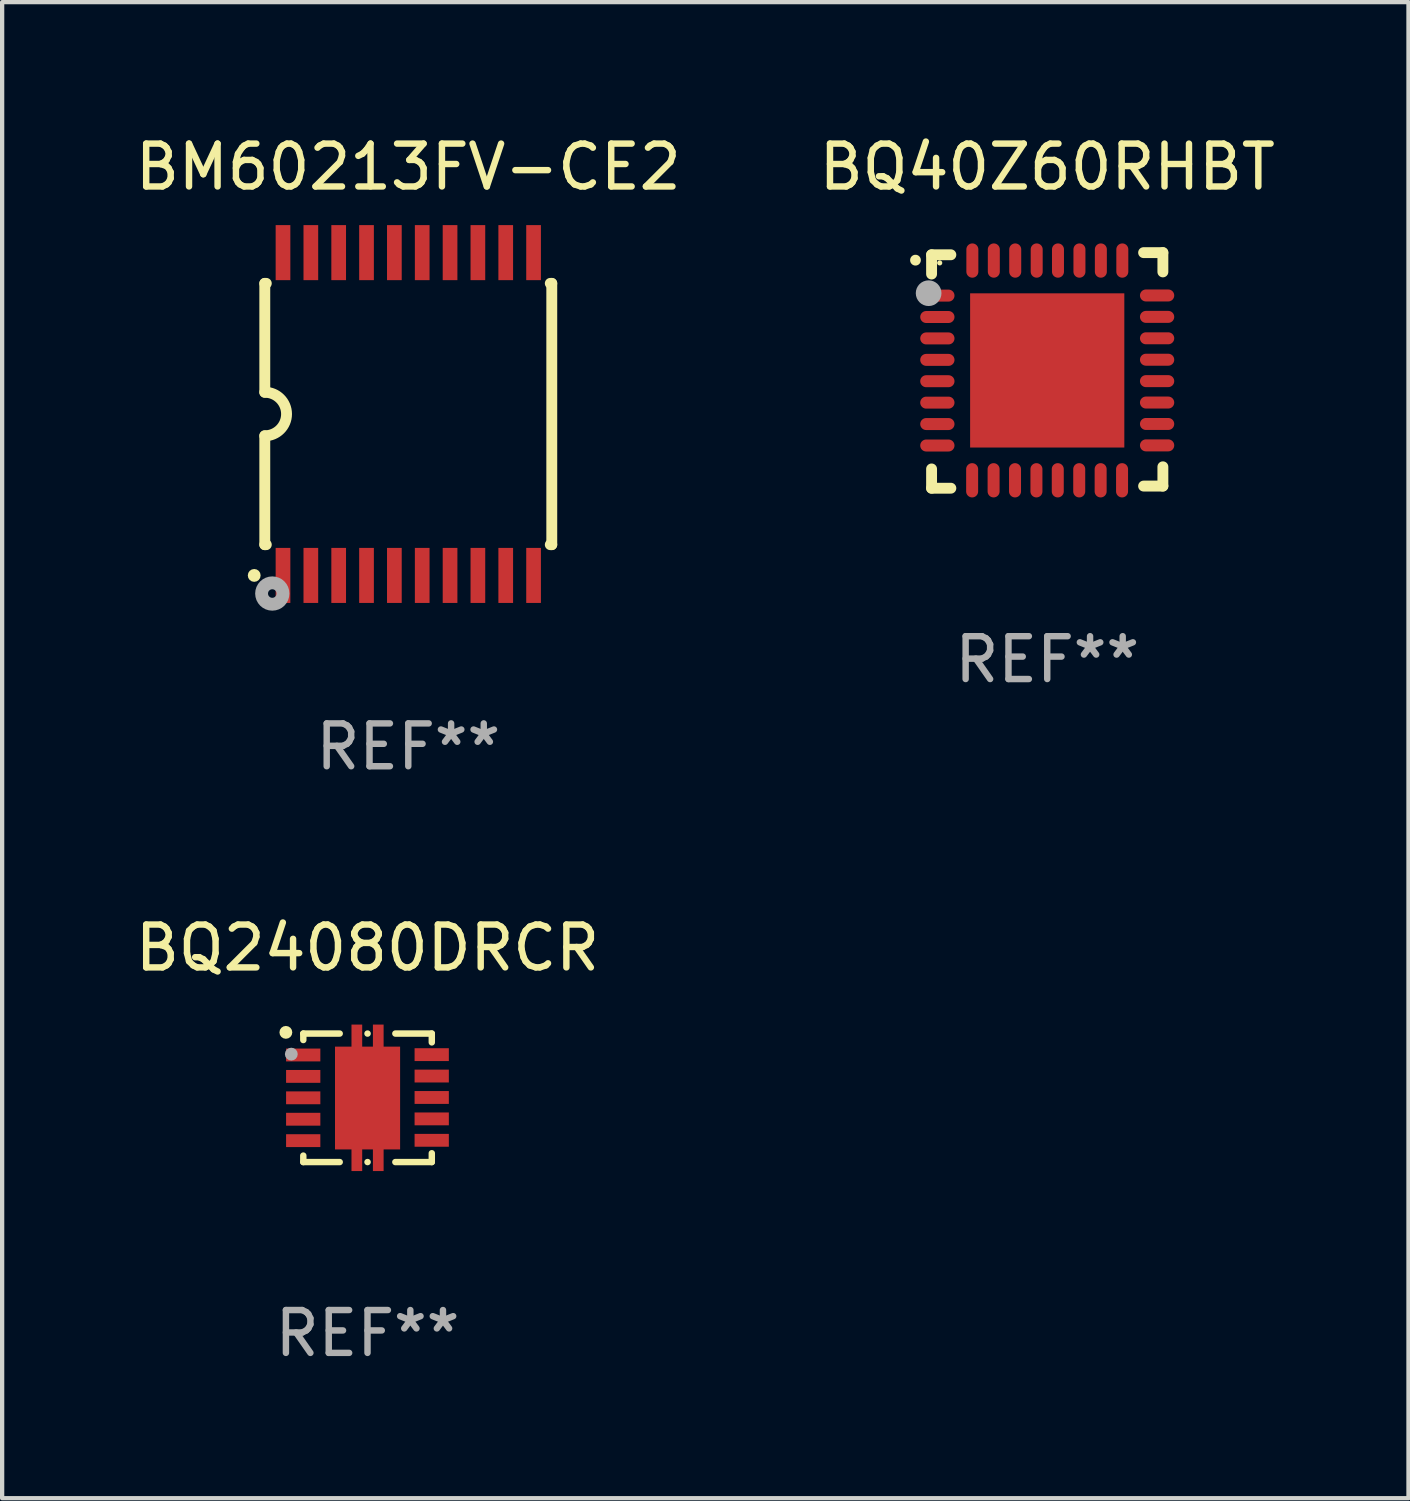
<source format=kicad_pcb>
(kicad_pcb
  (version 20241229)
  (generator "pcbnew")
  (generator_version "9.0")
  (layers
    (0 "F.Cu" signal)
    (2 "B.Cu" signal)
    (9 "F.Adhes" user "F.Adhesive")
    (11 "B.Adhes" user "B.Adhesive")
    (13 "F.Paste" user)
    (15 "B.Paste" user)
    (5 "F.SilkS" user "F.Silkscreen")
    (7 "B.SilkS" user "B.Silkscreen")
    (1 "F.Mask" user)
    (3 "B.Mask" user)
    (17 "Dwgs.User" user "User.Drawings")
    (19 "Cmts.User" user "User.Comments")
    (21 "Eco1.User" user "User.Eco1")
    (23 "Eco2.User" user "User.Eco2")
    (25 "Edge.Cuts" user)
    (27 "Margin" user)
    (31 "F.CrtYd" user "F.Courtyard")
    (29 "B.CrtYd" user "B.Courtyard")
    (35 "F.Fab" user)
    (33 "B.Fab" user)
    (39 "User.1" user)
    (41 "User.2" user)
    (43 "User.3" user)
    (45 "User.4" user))
  (footprint "BQ24080DRCR"
    (layer "F.Cu")
    (at 5.53 22.58)
    (property "Reference" "BQ24080DRCR" (at 0 -3.5 0) (layer "F.SilkS") (effects (font (size 1 1) (thickness 0.15))))
    (attr through_hole)
    (fp_line (start -1.499 -1.5) (end -1.499 -1.349) (stroke (width 0.15) (type solid)) (layer "F.SilkS"))
    (fp_line (start -1.499 -1.5) (end -0.649 -1.5) (stroke (width 0.15) (type solid)) (layer "F.SilkS"))
    (fp_line (start -1.499 1.349) (end -1.499 1.5) (stroke (width 0.15) (type solid)) (layer "F.SilkS"))
    (fp_line (start -0.649 1.5) (end -1.499 1.5) (stroke (width 0.15) (type solid)) (layer "F.SilkS"))
    (fp_line (start -0.000241 -1.5) (end 0.002 -1.5) (stroke (width 0.15) (type solid)) (layer "F.SilkS"))
    (fp_line (start 0.002 1.5) (end -0.000241 1.5) (stroke (width 0.15) (type solid)) (layer "F.SilkS"))
    (fp_line (start 0.65 -1.5) (end 1.501 -1.5) (stroke (width 0.15) (type solid)) (layer "F.SilkS"))
    (fp_line (start 1.501 -1.5) (end 1.501 -1.294) (stroke (width 0.15) (type solid)) (layer "F.SilkS"))
    (fp_line (start 1.501 1.294) (end 1.501 1.5) (stroke (width 0.15) (type solid)) (layer "F.SilkS"))
    (fp_line (start 1.501 1.5) (end 0.65 1.5) (stroke (width 0.15) (type solid)) (layer "F.SilkS"))
    (fp_circle (center -1.906 -1.528) (end -1.831 -1.528) (stroke (width 0.15) (type solid)) (fill no) (layer "F.SilkS"))
    (fp_circle (center -1.501 -1.504) (end -1.471 -1.504) (stroke (width 0.06) (type solid)) (fill no) (layer "F.SilkS"))
    (fp_circle (center -1.779 -1.02) (end -1.704 -1.02) (stroke (width 0.15) (type solid)) (fill no) (layer "F.Fab"))
    (fp_text user "REF**" (at 0 5.5 0) (layer "F.Fab") (effects (font (size 1 1) (thickness 0.15))))
    (pad "1" smd rect (at -1.501 -1) (size 0.8 0.3) (layers "F.Cu" "F.Mask" "F.Paste"))
    (pad "2" smd rect (at -1.501 -0.5) (size 0.8 0.3) (layers "F.Cu" "F.Mask" "F.Paste"))
    (pad "3" smd rect (at -1.501 0.000127) (size 0.8 0.3) (layers "F.Cu" "F.Mask" "F.Paste"))
    (pad "4" smd rect (at -1.501 0.5) (size 0.8 0.3) (layers "F.Cu" "F.Mask" "F.Paste"))
    (pad "5" smd rect (at -1.501 1) (size 0.8 0.3) (layers "F.Cu" "F.Mask" "F.Paste"))
    (pad "6" smd rect (at 1.499 0.992) (size 0.8 0.3) (layers "F.Cu" "F.Mask" "F.Paste"))
    (pad "7" smd rect (at 1.499 0.492) (size 0.8 0.3) (layers "F.Cu" "F.Mask" "F.Paste"))
    (pad "8" smd rect (at 1.499 -0.008) (size 0.8 0.3) (layers "F.Cu" "F.Mask" "F.Paste"))
    (pad "9" smd rect (at 1.499 -0.508) (size 0.8 0.3) (layers "F.Cu" "F.Mask" "F.Paste"))
    (pad "10" smd rect (at 1.499 -1.008) (size 0.8 0.3) (layers "F.Cu" "F.Mask" "F.Paste"))
    (pad "11" smd custom (at 0.001 0.005) (size 1.52 3.42) (layers "F.Cu" "F.Mask" "F.Paste") (options (anchor circle)) (primitives (gr_poly (pts (xy -0.76 -1.2) (xy -0.375 -1.2) (xy -0.375 -1.715) (xy -0.125 -1.715) (xy -0.125 -1.2) (xy 0.125 -1.2) (xy 0.125 -1.715) (xy 0.375 -1.715) (xy 0.375 -1.2) (xy 0.76 -1.2) (xy 0.76 1.2) (xy 0.375 1.2) (xy 0.375 1.705) (xy 0.125 1.705) (xy 0.125 1.2) (xy -0.125 1.2) (xy -0.125 1.705) (xy -0.375 1.705) (xy -0.375 1.2) (xy -0.76 1.2) (xy -0.76 -0.895) (xy -0.76 -0.895)) (width 0) (fill yes)))))
  (footprint "BM60213FV-CE2"
    (layer "F.Cu")
    (at 6.482 6.616)
    (property "Reference" "BM60213FV-CE2" (at 0 -5.768 0) (layer "F.SilkS") (effects (font (size 1 1) (thickness 0.15))))
    (attr through_hole)
    (fp_line (start -3.35 -3.05) (end -3.35 -0.508) (stroke (width 0.254) (type solid)) (layer "F.SilkS"))
    (fp_line (start -3.35 -3.05) (end -3.315 -3.05) (stroke (width 0.254) (type solid)) (layer "F.SilkS"))
    (fp_line (start -3.35 3.05) (end -3.35 0.508) (stroke (width 0.254) (type solid)) (layer "F.SilkS"))
    (fp_line (start -3.35 3.05) (end -3.315 3.05) (stroke (width 0.254) (type solid)) (layer "F.SilkS"))
    (fp_line (start 3.315 -3.05) (end 3.35 -3.05) (stroke (width 0.254) (type solid)) (layer "F.SilkS"))
    (fp_line (start 3.315 3.05) (end 3.35 3.05) (stroke (width 0.254) (type solid)) (layer "F.SilkS"))
    (fp_line (start 3.35 -3.05) (end 3.35 3.05) (stroke (width 0.254) (type solid)) (layer "F.SilkS"))
    (fp_arc (start -3.350267 -0.508001) (mid -2.842266 -0.000127) (end -3.350013 0.508001) (stroke (width 0.254001) (type solid)) (layer "F.SilkS"))
    (fp_circle (center -3.597 3.768) (end -3.522 3.768) (stroke (width 0.15) (type solid)) (fill no) (layer "F.SilkS"))
    (fp_circle (center -3.302 4.05) (end -3.272 4.05) (stroke (width 0.06) (type solid)) (fill no) (layer "F.SilkS"))
    (fp_circle (center -3.175 4.191) (end -3.075 4.191) (stroke (width 0.3) (type solid)) (fill no) (layer "F.Fab"))
    (fp_text user "REF**" (at 0 7.768 0) (layer "F.Fab") (effects (font (size 1 1) (thickness 0.15))))
    (pad "1" smd rect (at -2.925 3.768) (size 0.343 1.285) (layers "F.Cu" "F.Mask" "F.Paste"))
    (pad "2" smd rect (at -2.275 3.768) (size 0.343 1.285) (layers "F.Cu" "F.Mask" "F.Paste"))
    (pad "3" smd rect (at -1.625 3.768) (size 0.343 1.285) (layers "F.Cu" "F.Mask" "F.Paste"))
    (pad "4" smd rect (at -0.975 3.768) (size 0.343 1.285) (layers "F.Cu" "F.Mask" "F.Paste"))
    (pad "5" smd rect (at -0.325 3.768) (size 0.343 1.285) (layers "F.Cu" "F.Mask" "F.Paste"))
    (pad "6" smd rect (at 0.325 3.768) (size 0.343 1.285) (layers "F.Cu" "F.Mask" "F.Paste"))
    (pad "7" smd rect (at 0.975 3.768) (size 0.343 1.285) (layers "F.Cu" "F.Mask" "F.Paste"))
    (pad "8" smd rect (at 1.625 3.768) (size 0.343 1.285) (layers "F.Cu" "F.Mask" "F.Paste"))
    (pad "9" smd rect (at 2.275 3.768) (size 0.343 1.285) (layers "F.Cu" "F.Mask" "F.Paste"))
    (pad "10" smd rect (at 2.925 3.768) (size 0.343 1.285) (layers "F.Cu" "F.Mask" "F.Paste"))
    (pad "11" smd rect (at 2.925 -3.768) (size 0.343 1.285) (layers "F.Cu" "F.Mask" "F.Paste"))
    (pad "12" smd rect (at 2.275 -3.768) (size 0.343 1.285) (layers "F.Cu" "F.Mask" "F.Paste"))
    (pad "13" smd rect (at 1.625 -3.768) (size 0.343 1.285) (layers "F.Cu" "F.Mask" "F.Paste"))
    (pad "14" smd rect (at 0.975 -3.768) (size 0.343 1.285) (layers "F.Cu" "F.Mask" "F.Paste"))
    (pad "15" smd rect (at 0.325 -3.768) (size 0.343 1.285) (layers "F.Cu" "F.Mask" "F.Paste"))
    (pad "16" smd rect (at -0.325 -3.768) (size 0.343 1.285) (layers "F.Cu" "F.Mask" "F.Paste"))
    (pad "17" smd rect (at -0.975 -3.768) (size 0.343 1.285) (layers "F.Cu" "F.Mask" "F.Paste"))
    (pad "18" smd rect (at -1.625 -3.768) (size 0.343 1.285) (layers "F.Cu" "F.Mask" "F.Paste"))
    (pad "19" smd rect (at -2.275 -3.768) (size 0.343 1.285) (layers "F.Cu" "F.Mask" "F.Paste"))
    (pad "20" smd rect (at -2.925 -3.768) (size 0.343 1.285) (layers "F.Cu" "F.Mask" "F.Paste")))
  (footprint "BQ40Z60RHBT"
    (layer "F.Cu")
    (at 21.399 5.598)
    (property "Reference" "BQ40Z60RHBT" (at 0 -4.75 0) (layer "F.SilkS") (effects (font (size 1 1) (thickness 0.15))))
    (attr through_hole)
    (fp_line (start -2.7 -2.7) (end -2.25 -2.7) (stroke (width 0.254) (type solid)) (layer "F.SilkS"))
    (fp_line (start -2.7 -2.25) (end -2.7 -2.7) (stroke (width 0.254) (type solid)) (layer "F.SilkS"))
    (fp_line (start -2.7 2.3) (end -2.7 2.75) (stroke (width 0.254) (type solid)) (layer "F.SilkS"))
    (fp_line (start -2.7 2.75) (end -2.25 2.75) (stroke (width 0.254) (type solid)) (layer "F.SilkS"))
    (fp_line (start 2.25 2.7) (end 2.7 2.7) (stroke (width 0.254) (type solid)) (layer "F.SilkS"))
    (fp_line (start 2.7 -2.75) (end 2.25 -2.75) (stroke (width 0.254) (type solid)) (layer "F.SilkS"))
    (fp_line (start 2.7 -2.3) (end 2.7 -2.75) (stroke (width 0.254) (type solid)) (layer "F.SilkS"))
    (fp_line (start 2.7 2.7) (end 2.7 2.25) (stroke (width 0.254) (type solid)) (layer "F.SilkS"))
    (fp_arc (start -3.075946 -2.573025) (mid -3.075952 -2.574295) (end -3.075946 -2.575565) (stroke (width 0.25) (type solid)) (layer "F.SilkS"))
    (fp_circle (center -2.51 -2.51) (end -2.48 -2.51) (stroke (width 0.06) (type solid)) (fill no) (layer "F.SilkS"))
    (fp_circle (center -2.769 -1.803) (end -2.619 -1.803) (stroke (width 0.3) (type solid)) (fill no) (layer "F.Fab"))
    (fp_text user "REF**" (at 0 6.75 0) (layer "F.Fab") (effects (font (size 1 1) (thickness 0.15))))
    (pad "1" smd oval (at -2.565 -1.747 270) (size 0.28 0.8) (layers "F.Cu" "F.Mask" "F.Paste"))
    (pad "2" smd oval (at -2.565 -1.247 270) (size 0.28 0.8) (layers "F.Cu" "F.Mask" "F.Paste"))
    (pad "3" smd oval (at -2.565 -0.747 270) (size 0.28 0.8) (layers "F.Cu" "F.Mask" "F.Paste"))
    (pad "4" smd oval (at -2.565 -0.246 270) (size 0.28 0.8) (layers "F.Cu" "F.Mask" "F.Paste"))
    (pad "5" smd oval (at -2.565 0.252 270) (size 0.28 0.8) (layers "F.Cu" "F.Mask" "F.Paste"))
    (pad "6" smd oval (at -2.565 0.752 270) (size 0.28 0.8) (layers "F.Cu" "F.Mask" "F.Paste"))
    (pad "7" smd oval (at -2.565 1.252 270) (size 0.28 0.8) (layers "F.Cu" "F.Mask" "F.Paste"))
    (pad "8" smd oval (at -2.565 1.753 270) (size 0.28 0.8) (layers "F.Cu" "F.Mask" "F.Paste"))
    (pad "9" smd oval (at -1.753 2.565 270) (size 0.8 0.28) (layers "F.Cu" "F.Mask" "F.Paste"))
    (pad "10" smd oval (at -1.252 2.565 270) (size 0.8 0.28) (layers "F.Cu" "F.Mask" "F.Paste"))
    (pad "11" smd oval (at -0.752 2.565 270) (size 0.8 0.28) (layers "F.Cu" "F.Mask" "F.Paste"))
    (pad "12" smd oval (at -0.252 2.565 270) (size 0.8 0.28) (layers "F.Cu" "F.Mask" "F.Paste"))
    (pad "13" smd oval (at 0.246 2.565 270) (size 0.8 0.28) (layers "F.Cu" "F.Mask" "F.Paste"))
    (pad "14" smd oval (at 0.747 2.565 270) (size 0.8 0.28) (layers "F.Cu" "F.Mask" "F.Paste"))
    (pad "15" smd oval (at 1.247 2.565 270) (size 0.8 0.28) (layers "F.Cu" "F.Mask" "F.Paste"))
    (pad "16" smd oval (at 1.747 2.565 270) (size 0.8 0.28) (layers "F.Cu" "F.Mask" "F.Paste"))
    (pad "17" smd oval (at 2.565 1.75 270) (size 0.28 0.8) (layers "F.Cu" "F.Mask" "F.Paste"))
    (pad "18" smd oval (at 2.565 1.25 270) (size 0.28 0.8) (layers "F.Cu" "F.Mask" "F.Paste"))
    (pad "19" smd oval (at 2.565 0.75 270) (size 0.28 0.8) (layers "F.Cu" "F.Mask" "F.Paste"))
    (pad "20" smd oval (at 2.565 0.25 270) (size 0.28 0.8) (layers "F.Cu" "F.Mask" "F.Paste"))
    (pad "21" smd oval (at 2.565 -0.25 270) (size 0.28 0.8) (layers "F.Cu" "F.Mask" "F.Paste"))
    (pad "22" smd oval (at 2.565 -0.75 270) (size 0.28 0.8) (layers "F.Cu" "F.Mask" "F.Paste"))
    (pad "23" smd oval (at 2.565 -1.25 270) (size 0.28 0.8) (layers "F.Cu" "F.Mask" "F.Paste"))
    (pad "24" smd oval (at 2.565 -1.75 270) (size 0.28 0.8) (layers "F.Cu" "F.Mask" "F.Paste"))
    (pad "25" smd oval (at 1.753 -2.565 270) (size 0.8 0.28) (layers "F.Cu" "F.Mask" "F.Paste"))
    (pad "26" smd oval (at 1.252 -2.565 270) (size 0.8 0.28) (layers "F.Cu" "F.Mask" "F.Paste"))
    (pad "27" smd oval (at 0.752 -2.565 270) (size 0.8 0.28) (layers "F.Cu" "F.Mask" "F.Paste"))
    (pad "28" smd oval (at 0.251 -2.565 270) (size 0.8 0.28) (layers "F.Cu" "F.Mask" "F.Paste"))
    (pad "29" smd oval (at -0.246 -2.565 270) (size 0.8 0.28) (layers "F.Cu" "F.Mask" "F.Paste"))
    (pad "30" smd oval (at -0.747 -2.565 270) (size 0.8 0.28) (layers "F.Cu" "F.Mask" "F.Paste"))
    (pad "31" smd oval (at -1.247 -2.565 270) (size 0.8 0.28) (layers "F.Cu" "F.Mask" "F.Paste"))
    (pad "32" smd oval (at -1.748 -2.565 270) (size 0.8 0.28) (layers "F.Cu" "F.Mask" "F.Paste"))
    (pad "33" smd rect (at -0.000076 0.000076 270) (size 3.6 3.6) (layers "F.Cu" "F.Mask" "F.Paste")))
  (gr_rect
    (start -3 -3)
    (end 29.833 31.928)
    (stroke (width 0.1) (type default))
    (fill no)
    (layer "Edge.Cuts")))
</source>
